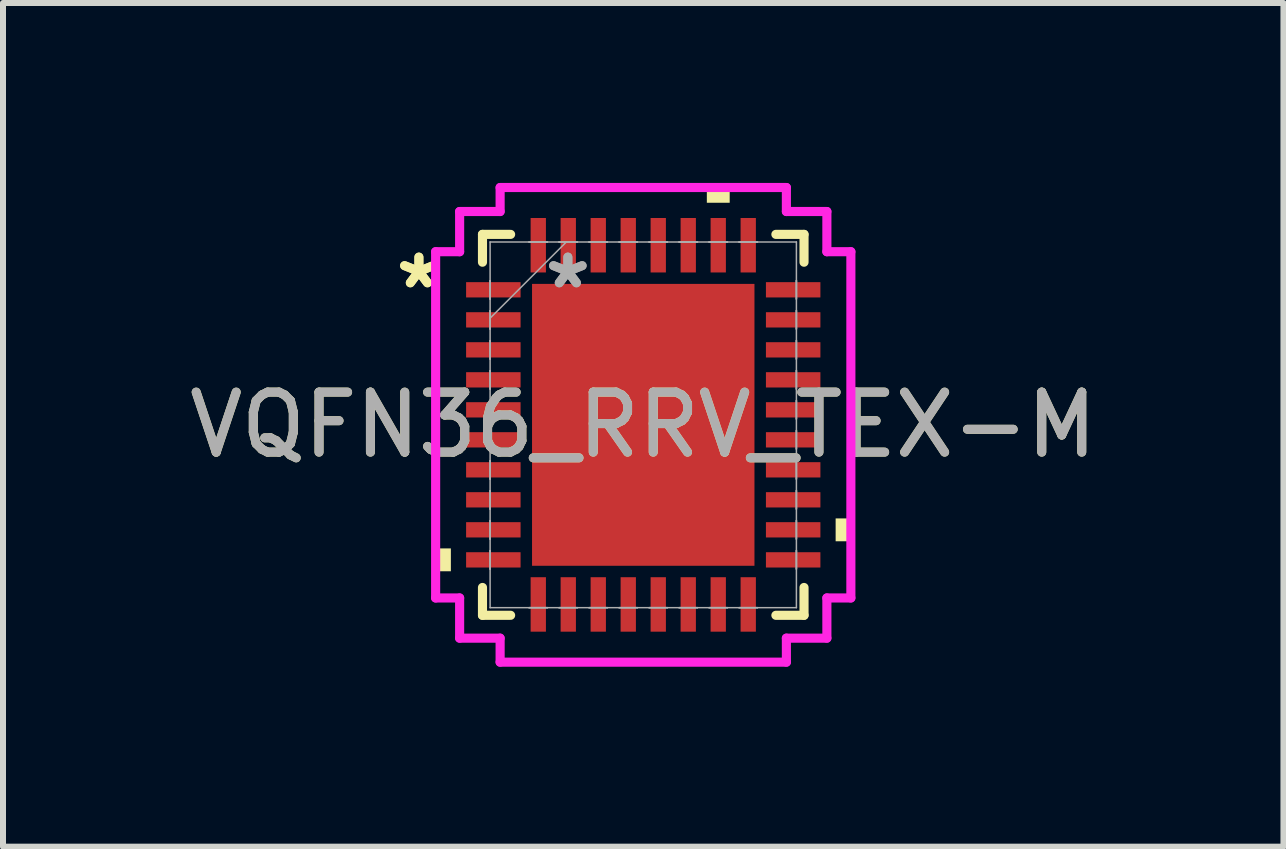
<source format=kicad_pcb>
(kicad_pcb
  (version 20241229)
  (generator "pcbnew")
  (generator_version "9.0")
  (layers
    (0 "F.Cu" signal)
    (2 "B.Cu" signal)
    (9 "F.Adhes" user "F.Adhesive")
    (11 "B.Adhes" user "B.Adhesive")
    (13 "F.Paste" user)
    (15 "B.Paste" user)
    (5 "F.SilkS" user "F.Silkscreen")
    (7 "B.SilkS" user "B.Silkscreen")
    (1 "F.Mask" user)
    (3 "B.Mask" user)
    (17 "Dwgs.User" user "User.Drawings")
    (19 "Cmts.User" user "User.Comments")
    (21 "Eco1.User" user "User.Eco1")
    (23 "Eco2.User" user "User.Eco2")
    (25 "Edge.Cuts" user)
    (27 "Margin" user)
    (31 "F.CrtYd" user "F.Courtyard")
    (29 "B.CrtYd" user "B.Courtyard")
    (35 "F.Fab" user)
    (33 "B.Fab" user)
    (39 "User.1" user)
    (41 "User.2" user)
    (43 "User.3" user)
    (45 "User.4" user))
  (footprint "VQFN36_RRV_TEX-M"
    (layer "F.Cu")
    (at 7.673 4.032)
    (property "Reference" "VQFN36_RRV_TEX-M" (at 0 0 0) (unlocked yes) (layer "F.SilkS") (effects (font (size 1 1) (thickness 0.15))))
    (attr smd)
    (fp_line (start -2.68 -3.175) (end -2.68 -2.711) (stroke (width 0.152) (type solid)) (layer "F.SilkS"))
    (fp_line (start -2.68 2.711) (end -2.68 3.175) (stroke (width 0.152) (type solid)) (layer "F.SilkS"))
    (fp_line (start -2.68 3.175) (end -2.211 3.175) (stroke (width 0.152) (type solid)) (layer "F.SilkS"))
    (fp_line (start -2.211 -3.175) (end -2.68 -3.175) (stroke (width 0.152) (type solid)) (layer "F.SilkS"))
    (fp_line (start 2.211 3.175) (end 2.68 3.175) (stroke (width 0.152) (type solid)) (layer "F.SilkS"))
    (fp_line (start 2.68 -3.175) (end 2.211 -3.175) (stroke (width 0.152) (type solid)) (layer "F.SilkS"))
    (fp_line (start 2.68 -2.711) (end 2.68 -3.175) (stroke (width 0.152) (type solid)) (layer "F.SilkS"))
    (fp_line (start 2.68 3.175) (end 2.68 2.711) (stroke (width 0.152) (type solid)) (layer "F.SilkS"))
    (fp_poly (pts (xy -3.461 2.06) (xy -3.461 2.441) (xy -3.207 2.441) (xy -3.207 2.06)) (stroke (width 0) (type solid)) (fill yes) (layer "F.SilkS"))
    (fp_poly (pts (xy 1.06 -3.702) (xy 1.06 -3.956) (xy 1.441 -3.956) (xy 1.441 -3.702)) (stroke (width 0) (type solid)) (fill yes) (layer "F.SilkS"))
    (fp_poly (pts (xy 3.461 1.56) (xy 3.461 1.941) (xy 3.207 1.941) (xy 3.207 1.56)) (stroke (width 0) (type solid)) (fill yes) (layer "F.SilkS"))
    (fp_line (start -3.461 -2.886) (end -3.061 -2.886) (stroke (width 0.152) (type solid)) (layer "F.CrtYd"))
    (fp_line (start -3.461 2.886) (end -3.461 -2.886) (stroke (width 0.152) (type solid)) (layer "F.CrtYd"))
    (fp_line (start -3.061 -3.556) (end -2.386 -3.556) (stroke (width 0.152) (type solid)) (layer "F.CrtYd"))
    (fp_line (start -3.061 -2.886) (end -3.061 -3.556) (stroke (width 0.152) (type solid)) (layer "F.CrtYd"))
    (fp_line (start -3.061 2.886) (end -3.461 2.886) (stroke (width 0.152) (type solid)) (layer "F.CrtYd"))
    (fp_line (start -3.061 3.556) (end -3.061 2.886) (stroke (width 0.152) (type solid)) (layer "F.CrtYd"))
    (fp_line (start -2.386 -3.956) (end 2.386 -3.956) (stroke (width 0.152) (type solid)) (layer "F.CrtYd"))
    (fp_line (start -2.386 -3.556) (end -2.386 -3.956) (stroke (width 0.152) (type solid)) (layer "F.CrtYd"))
    (fp_line (start -2.386 3.556) (end -3.061 3.556) (stroke (width 0.152) (type solid)) (layer "F.CrtYd"))
    (fp_line (start -2.386 3.956) (end -2.386 3.556) (stroke (width 0.152) (type solid)) (layer "F.CrtYd"))
    (fp_line (start 2.386 -3.956) (end 2.386 -3.556) (stroke (width 0.152) (type solid)) (layer "F.CrtYd"))
    (fp_line (start 2.386 -3.556) (end 3.061 -3.556) (stroke (width 0.152) (type solid)) (layer "F.CrtYd"))
    (fp_line (start 2.386 3.556) (end 2.386 3.956) (stroke (width 0.152) (type solid)) (layer "F.CrtYd"))
    (fp_line (start 2.386 3.956) (end -2.386 3.956) (stroke (width 0.152) (type solid)) (layer "F.CrtYd"))
    (fp_line (start 3.061 -3.556) (end 3.061 -2.886) (stroke (width 0.152) (type solid)) (layer "F.CrtYd"))
    (fp_line (start 3.061 -2.886) (end 3.461 -2.886) (stroke (width 0.152) (type solid)) (layer "F.CrtYd"))
    (fp_line (start 3.061 2.886) (end 3.061 3.556) (stroke (width 0.152) (type solid)) (layer "F.CrtYd"))
    (fp_line (start 3.061 3.556) (end 2.386 3.556) (stroke (width 0.152) (type solid)) (layer "F.CrtYd"))
    (fp_line (start 3.461 -2.886) (end 3.461 2.886) (stroke (width 0.152) (type solid)) (layer "F.CrtYd"))
    (fp_line (start 3.461 2.886) (end 3.061 2.886) (stroke (width 0.152) (type solid)) (layer "F.CrtYd"))
    (fp_line (start -2.553 -3.048) (end -2.553 3.048) (stroke (width 0.025) (type solid)) (layer "F.Fab"))
    (fp_line (start -2.553 -2.403) (end -2.553 -2.403) (stroke (width 0.025) (type solid)) (layer "F.Fab"))
    (fp_line (start -2.553 -2.403) (end -2.553 -2.098) (stroke (width 0.025) (type solid)) (layer "F.Fab"))
    (fp_line (start -2.553 -2.098) (end -2.553 -2.403) (stroke (width 0.025) (type solid)) (layer "F.Fab"))
    (fp_line (start -2.553 -2.098) (end -2.553 -2.098) (stroke (width 0.025) (type solid)) (layer "F.Fab"))
    (fp_line (start -2.553 -1.903) (end -2.553 -1.903) (stroke (width 0.025) (type solid)) (layer "F.Fab"))
    (fp_line (start -2.553 -1.903) (end -2.553 -1.598) (stroke (width 0.025) (type solid)) (layer "F.Fab"))
    (fp_line (start -2.553 -1.778) (end -1.283 -3.048) (stroke (width 0.025) (type solid)) (layer "F.Fab"))
    (fp_line (start -2.553 -1.598) (end -2.553 -1.903) (stroke (width 0.025) (type solid)) (layer "F.Fab"))
    (fp_line (start -2.553 -1.598) (end -2.553 -1.598) (stroke (width 0.025) (type solid)) (layer "F.Fab"))
    (fp_line (start -2.553 -1.403) (end -2.553 -1.403) (stroke (width 0.025) (type solid)) (layer "F.Fab"))
    (fp_line (start -2.553 -1.403) (end -2.553 -1.098) (stroke (width 0.025) (type solid)) (layer "F.Fab"))
    (fp_line (start -2.553 -1.098) (end -2.553 -1.403) (stroke (width 0.025) (type solid)) (layer "F.Fab"))
    (fp_line (start -2.553 -1.098) (end -2.553 -1.098) (stroke (width 0.025) (type solid)) (layer "F.Fab"))
    (fp_line (start -2.553 -0.903) (end -2.553 -0.903) (stroke (width 0.025) (type solid)) (layer "F.Fab"))
    (fp_line (start -2.553 -0.903) (end -2.553 -0.598) (stroke (width 0.025) (type solid)) (layer "F.Fab"))
    (fp_line (start -2.553 -0.598) (end -2.553 -0.903) (stroke (width 0.025) (type solid)) (layer "F.Fab"))
    (fp_line (start -2.553 -0.598) (end -2.553 -0.598) (stroke (width 0.025) (type solid)) (layer "F.Fab"))
    (fp_line (start -2.553 -0.402) (end -2.553 -0.402) (stroke (width 0.025) (type solid)) (layer "F.Fab"))
    (fp_line (start -2.553 -0.402) (end -2.553 -0.098) (stroke (width 0.025) (type solid)) (layer "F.Fab"))
    (fp_line (start -2.553 -0.098) (end -2.553 -0.402) (stroke (width 0.025) (type solid)) (layer "F.Fab"))
    (fp_line (start -2.553 -0.098) (end -2.553 -0.098) (stroke (width 0.025) (type solid)) (layer "F.Fab"))
    (fp_line (start -2.553 0.098) (end -2.553 0.098) (stroke (width 0.025) (type solid)) (layer "F.Fab"))
    (fp_line (start -2.553 0.098) (end -2.553 0.402) (stroke (width 0.025) (type solid)) (layer "F.Fab"))
    (fp_line (start -2.553 0.402) (end -2.553 0.098) (stroke (width 0.025) (type solid)) (layer "F.Fab"))
    (fp_line (start -2.553 0.402) (end -2.553 0.402) (stroke (width 0.025) (type solid)) (layer "F.Fab"))
    (fp_line (start -2.553 0.598) (end -2.553 0.598) (stroke (width 0.025) (type solid)) (layer "F.Fab"))
    (fp_line (start -2.553 0.598) (end -2.553 0.903) (stroke (width 0.025) (type solid)) (layer "F.Fab"))
    (fp_line (start -2.553 0.903) (end -2.553 0.598) (stroke (width 0.025) (type solid)) (layer "F.Fab"))
    (fp_line (start -2.553 0.903) (end -2.553 0.903) (stroke (width 0.025) (type solid)) (layer "F.Fab"))
    (fp_line (start -2.553 1.098) (end -2.553 1.098) (stroke (width 0.025) (type solid)) (layer "F.Fab"))
    (fp_line (start -2.553 1.098) (end -2.553 1.403) (stroke (width 0.025) (type solid)) (layer "F.Fab"))
    (fp_line (start -2.553 1.403) (end -2.553 1.098) (stroke (width 0.025) (type solid)) (layer "F.Fab"))
    (fp_line (start -2.553 1.403) (end -2.553 1.403) (stroke (width 0.025) (type solid)) (layer "F.Fab"))
    (fp_line (start -2.553 1.598) (end -2.553 1.598) (stroke (width 0.025) (type solid)) (layer "F.Fab"))
    (fp_line (start -2.553 1.598) (end -2.553 1.903) (stroke (width 0.025) (type solid)) (layer "F.Fab"))
    (fp_line (start -2.553 1.903) (end -2.553 1.598) (stroke (width 0.025) (type solid)) (layer "F.Fab"))
    (fp_line (start -2.553 1.903) (end -2.553 1.903) (stroke (width 0.025) (type solid)) (layer "F.Fab"))
    (fp_line (start -2.553 2.098) (end -2.553 2.098) (stroke (width 0.025) (type solid)) (layer "F.Fab"))
    (fp_line (start -2.553 2.098) (end -2.553 2.403) (stroke (width 0.025) (type solid)) (layer "F.Fab"))
    (fp_line (start -2.553 2.403) (end -2.553 2.098) (stroke (width 0.025) (type solid)) (layer "F.Fab"))
    (fp_line (start -2.553 2.403) (end -2.553 2.403) (stroke (width 0.025) (type solid)) (layer "F.Fab"))
    (fp_line (start -2.553 3.048) (end 2.553 3.048) (stroke (width 0.025) (type solid)) (layer "F.Fab"))
    (fp_line (start -1.903 -3.048) (end -1.903 -3.048) (stroke (width 0.025) (type solid)) (layer "F.Fab"))
    (fp_line (start -1.903 -3.048) (end -1.598 -3.048) (stroke (width 0.025) (type solid)) (layer "F.Fab"))
    (fp_line (start -1.903 3.048) (end -1.903 3.048) (stroke (width 0.025) (type solid)) (layer "F.Fab"))
    (fp_line (start -1.903 3.048) (end -1.598 3.048) (stroke (width 0.025) (type solid)) (layer "F.Fab"))
    (fp_line (start -1.598 -3.048) (end -1.903 -3.048) (stroke (width 0.025) (type solid)) (layer "F.Fab"))
    (fp_line (start -1.598 -3.048) (end -1.598 -3.048) (stroke (width 0.025) (type solid)) (layer "F.Fab"))
    (fp_line (start -1.598 3.048) (end -1.903 3.048) (stroke (width 0.025) (type solid)) (layer "F.Fab"))
    (fp_line (start -1.598 3.048) (end -1.598 3.048) (stroke (width 0.025) (type solid)) (layer "F.Fab"))
    (fp_line (start -1.403 -3.048) (end -1.403 -3.048) (stroke (width 0.025) (type solid)) (layer "F.Fab"))
    (fp_line (start -1.403 -3.048) (end -1.098 -3.048) (stroke (width 0.025) (type solid)) (layer "F.Fab"))
    (fp_line (start -1.403 3.048) (end -1.403 3.048) (stroke (width 0.025) (type solid)) (layer "F.Fab"))
    (fp_line (start -1.403 3.048) (end -1.098 3.048) (stroke (width 0.025) (type solid)) (layer "F.Fab"))
    (fp_line (start -1.098 -3.048) (end -1.403 -3.048) (stroke (width 0.025) (type solid)) (layer "F.Fab"))
    (fp_line (start -1.098 -3.048) (end -1.098 -3.048) (stroke (width 0.025) (type solid)) (layer "F.Fab"))
    (fp_line (start -1.098 3.048) (end -1.403 3.048) (stroke (width 0.025) (type solid)) (layer "F.Fab"))
    (fp_line (start -1.098 3.048) (end -1.098 3.048) (stroke (width 0.025) (type solid)) (layer "F.Fab"))
    (fp_line (start -0.903 -3.048) (end -0.903 -3.048) (stroke (width 0.025) (type solid)) (layer "F.Fab"))
    (fp_line (start -0.903 -3.048) (end -0.598 -3.048) (stroke (width 0.025) (type solid)) (layer "F.Fab"))
    (fp_line (start -0.903 3.048) (end -0.903 3.048) (stroke (width 0.025) (type solid)) (layer "F.Fab"))
    (fp_line (start -0.903 3.048) (end -0.598 3.048) (stroke (width 0.025) (type solid)) (layer "F.Fab"))
    (fp_line (start -0.598 -3.048) (end -0.903 -3.048) (stroke (width 0.025) (type solid)) (layer "F.Fab"))
    (fp_line (start -0.598 -3.048) (end -0.598 -3.048) (stroke (width 0.025) (type solid)) (layer "F.Fab"))
    (fp_line (start -0.598 3.048) (end -0.903 3.048) (stroke (width 0.025) (type solid)) (layer "F.Fab"))
    (fp_line (start -0.598 3.048) (end -0.598 3.048) (stroke (width 0.025) (type solid)) (layer "F.Fab"))
    (fp_line (start -0.402 -3.048) (end -0.402 -3.048) (stroke (width 0.025) (type solid)) (layer "F.Fab"))
    (fp_line (start -0.402 -3.048) (end -0.098 -3.048) (stroke (width 0.025) (type solid)) (layer "F.Fab"))
    (fp_line (start -0.402 3.048) (end -0.402 3.048) (stroke (width 0.025) (type solid)) (layer "F.Fab"))
    (fp_line (start -0.402 3.048) (end -0.098 3.048) (stroke (width 0.025) (type solid)) (layer "F.Fab"))
    (fp_line (start -0.098 -3.048) (end -0.402 -3.048) (stroke (width 0.025) (type solid)) (layer "F.Fab"))
    (fp_line (start -0.098 -3.048) (end -0.098 -3.048) (stroke (width 0.025) (type solid)) (layer "F.Fab"))
    (fp_line (start -0.098 3.048) (end -0.402 3.048) (stroke (width 0.025) (type solid)) (layer "F.Fab"))
    (fp_line (start -0.098 3.048) (end -0.098 3.048) (stroke (width 0.025) (type solid)) (layer "F.Fab"))
    (fp_line (start 0.098 -3.048) (end 0.098 -3.048) (stroke (width 0.025) (type solid)) (layer "F.Fab"))
    (fp_line (start 0.098 -3.048) (end 0.402 -3.048) (stroke (width 0.025) (type solid)) (layer "F.Fab"))
    (fp_line (start 0.098 3.048) (end 0.098 3.048) (stroke (width 0.025) (type solid)) (layer "F.Fab"))
    (fp_line (start 0.098 3.048) (end 0.402 3.048) (stroke (width 0.025) (type solid)) (layer "F.Fab"))
    (fp_line (start 0.402 -3.048) (end 0.098 -3.048) (stroke (width 0.025) (type solid)) (layer "F.Fab"))
    (fp_line (start 0.402 -3.048) (end 0.402 -3.048) (stroke (width 0.025) (type solid)) (layer "F.Fab"))
    (fp_line (start 0.402 3.048) (end 0.098 3.048) (stroke (width 0.025) (type solid)) (layer "F.Fab"))
    (fp_line (start 0.402 3.048) (end 0.402 3.048) (stroke (width 0.025) (type solid)) (layer "F.Fab"))
    (fp_line (start 0.598 -3.048) (end 0.598 -3.048) (stroke (width 0.025) (type solid)) (layer "F.Fab"))
    (fp_line (start 0.598 -3.048) (end 0.903 -3.048) (stroke (width 0.025) (type solid)) (layer "F.Fab"))
    (fp_line (start 0.598 3.048) (end 0.598 3.048) (stroke (width 0.025) (type solid)) (layer "F.Fab"))
    (fp_line (start 0.598 3.048) (end 0.903 3.048) (stroke (width 0.025) (type solid)) (layer "F.Fab"))
    (fp_line (start 0.903 -3.048) (end 0.598 -3.048) (stroke (width 0.025) (type solid)) (layer "F.Fab"))
    (fp_line (start 0.903 -3.048) (end 0.903 -3.048) (stroke (width 0.025) (type solid)) (layer "F.Fab"))
    (fp_line (start 0.903 3.048) (end 0.598 3.048) (stroke (width 0.025) (type solid)) (layer "F.Fab"))
    (fp_line (start 0.903 3.048) (end 0.903 3.048) (stroke (width 0.025) (type solid)) (layer "F.Fab"))
    (fp_line (start 1.098 -3.048) (end 1.098 -3.048) (stroke (width 0.025) (type solid)) (layer "F.Fab"))
    (fp_line (start 1.098 -3.048) (end 1.403 -3.048) (stroke (width 0.025) (type solid)) (layer "F.Fab"))
    (fp_line (start 1.098 3.048) (end 1.098 3.048) (stroke (width 0.025) (type solid)) (layer "F.Fab"))
    (fp_line (start 1.098 3.048) (end 1.403 3.048) (stroke (width 0.025) (type solid)) (layer "F.Fab"))
    (fp_line (start 1.403 -3.048) (end 1.098 -3.048) (stroke (width 0.025) (type solid)) (layer "F.Fab"))
    (fp_line (start 1.403 -3.048) (end 1.403 -3.048) (stroke (width 0.025) (type solid)) (layer "F.Fab"))
    (fp_line (start 1.403 3.048) (end 1.098 3.048) (stroke (width 0.025) (type solid)) (layer "F.Fab"))
    (fp_line (start 1.403 3.048) (end 1.403 3.048) (stroke (width 0.025) (type solid)) (layer "F.Fab"))
    (fp_line (start 1.598 -3.048) (end 1.598 -3.048) (stroke (width 0.025) (type solid)) (layer "F.Fab"))
    (fp_line (start 1.598 -3.048) (end 1.903 -3.048) (stroke (width 0.025) (type solid)) (layer "F.Fab"))
    (fp_line (start 1.598 3.048) (end 1.598 3.048) (stroke (width 0.025) (type solid)) (layer "F.Fab"))
    (fp_line (start 1.598 3.048) (end 1.903 3.048) (stroke (width 0.025) (type solid)) (layer "F.Fab"))
    (fp_line (start 1.903 -3.048) (end 1.598 -3.048) (stroke (width 0.025) (type solid)) (layer "F.Fab"))
    (fp_line (start 1.903 -3.048) (end 1.903 -3.048) (stroke (width 0.025) (type solid)) (layer "F.Fab"))
    (fp_line (start 1.903 3.048) (end 1.598 3.048) (stroke (width 0.025) (type solid)) (layer "F.Fab"))
    (fp_line (start 1.903 3.048) (end 1.903 3.048) (stroke (width 0.025) (type solid)) (layer "F.Fab"))
    (fp_line (start 2.553 -3.048) (end -2.553 -3.048) (stroke (width 0.025) (type solid)) (layer "F.Fab"))
    (fp_line (start 2.553 -2.403) (end 2.553 -2.403) (stroke (width 0.025) (type solid)) (layer "F.Fab"))
    (fp_line (start 2.553 -2.403) (end 2.553 -2.098) (stroke (width 0.025) (type solid)) (layer "F.Fab"))
    (fp_line (start 2.553 -2.098) (end 2.553 -2.403) (stroke (width 0.025) (type solid)) (layer "F.Fab"))
    (fp_line (start 2.553 -2.098) (end 2.553 -2.098) (stroke (width 0.025) (type solid)) (layer "F.Fab"))
    (fp_line (start 2.553 -1.903) (end 2.553 -1.903) (stroke (width 0.025) (type solid)) (layer "F.Fab"))
    (fp_line (start 2.553 -1.903) (end 2.553 -1.598) (stroke (width 0.025) (type solid)) (layer "F.Fab"))
    (fp_line (start 2.553 -1.598) (end 2.553 -1.903) (stroke (width 0.025) (type solid)) (layer "F.Fab"))
    (fp_line (start 2.553 -1.598) (end 2.553 -1.598) (stroke (width 0.025) (type solid)) (layer "F.Fab"))
    (fp_line (start 2.553 -1.403) (end 2.553 -1.403) (stroke (width 0.025) (type solid)) (layer "F.Fab"))
    (fp_line (start 2.553 -1.403) (end 2.553 -1.098) (stroke (width 0.025) (type solid)) (layer "F.Fab"))
    (fp_line (start 2.553 -1.098) (end 2.553 -1.403) (stroke (width 0.025) (type solid)) (layer "F.Fab"))
    (fp_line (start 2.553 -1.098) (end 2.553 -1.098) (stroke (width 0.025) (type solid)) (layer "F.Fab"))
    (fp_line (start 2.553 -0.903) (end 2.553 -0.903) (stroke (width 0.025) (type solid)) (layer "F.Fab"))
    (fp_line (start 2.553 -0.903) (end 2.553 -0.598) (stroke (width 0.025) (type solid)) (layer "F.Fab"))
    (fp_line (start 2.553 -0.598) (end 2.553 -0.903) (stroke (width 0.025) (type solid)) (layer "F.Fab"))
    (fp_line (start 2.553 -0.598) (end 2.553 -0.598) (stroke (width 0.025) (type solid)) (layer "F.Fab"))
    (fp_line (start 2.553 -0.402) (end 2.553 -0.402) (stroke (width 0.025) (type solid)) (layer "F.Fab"))
    (fp_line (start 2.553 -0.402) (end 2.553 -0.098) (stroke (width 0.025) (type solid)) (layer "F.Fab"))
    (fp_line (start 2.553 -0.098) (end 2.553 -0.402) (stroke (width 0.025) (type solid)) (layer "F.Fab"))
    (fp_line (start 2.553 -0.098) (end 2.553 -0.098) (stroke (width 0.025) (type solid)) (layer "F.Fab"))
    (fp_line (start 2.553 0.098) (end 2.553 0.098) (stroke (width 0.025) (type solid)) (layer "F.Fab"))
    (fp_line (start 2.553 0.098) (end 2.553 0.402) (stroke (width 0.025) (type solid)) (layer "F.Fab"))
    (fp_line (start 2.553 0.402) (end 2.553 0.098) (stroke (width 0.025) (type solid)) (layer "F.Fab"))
    (fp_line (start 2.553 0.402) (end 2.553 0.402) (stroke (width 0.025) (type solid)) (layer "F.Fab"))
    (fp_line (start 2.553 0.598) (end 2.553 0.598) (stroke (width 0.025) (type solid)) (layer "F.Fab"))
    (fp_line (start 2.553 0.598) (end 2.553 0.903) (stroke (width 0.025) (type solid)) (layer "F.Fab"))
    (fp_line (start 2.553 0.903) (end 2.553 0.598) (stroke (width 0.025) (type solid)) (layer "F.Fab"))
    (fp_line (start 2.553 0.903) (end 2.553 0.903) (stroke (width 0.025) (type solid)) (layer "F.Fab"))
    (fp_line (start 2.553 1.098) (end 2.553 1.098) (stroke (width 0.025) (type solid)) (layer "F.Fab"))
    (fp_line (start 2.553 1.098) (end 2.553 1.403) (stroke (width 0.025) (type solid)) (layer "F.Fab"))
    (fp_line (start 2.553 1.403) (end 2.553 1.098) (stroke (width 0.025) (type solid)) (layer "F.Fab"))
    (fp_line (start 2.553 1.403) (end 2.553 1.403) (stroke (width 0.025) (type solid)) (layer "F.Fab"))
    (fp_line (start 2.553 1.598) (end 2.553 1.598) (stroke (width 0.025) (type solid)) (layer "F.Fab"))
    (fp_line (start 2.553 1.598) (end 2.553 1.903) (stroke (width 0.025) (type solid)) (layer "F.Fab"))
    (fp_line (start 2.553 1.903) (end 2.553 1.598) (stroke (width 0.025) (type solid)) (layer "F.Fab"))
    (fp_line (start 2.553 1.903) (end 2.553 1.903) (stroke (width 0.025) (type solid)) (layer "F.Fab"))
    (fp_line (start 2.553 2.098) (end 2.553 2.098) (stroke (width 0.025) (type solid)) (layer "F.Fab"))
    (fp_line (start 2.553 2.098) (end 2.553 2.403) (stroke (width 0.025) (type solid)) (layer "F.Fab"))
    (fp_line (start 2.553 2.403) (end 2.553 2.098) (stroke (width 0.025) (type solid)) (layer "F.Fab"))
    (fp_line (start 2.553 2.403) (end 2.553 2.403) (stroke (width 0.025) (type solid)) (layer "F.Fab"))
    (fp_line (start 2.553 3.048) (end 2.553 -3.048) (stroke (width 0.025) (type solid)) (layer "F.Fab"))
    (fp_text user "*" (at -3.74 -2.251 0) (unlocked yes) (layer "F.SilkS") (effects (font (size 1 1) (thickness 0.15))))
    (fp_text user "*" (at -3.74 -2.251 0) (layer "F.SilkS") (effects (font (size 1 1) (thickness 0.15))))
    (fp_text user "${REFERENCE}" (at 0 0 0) (unlocked yes) (layer "F.Fab") (effects (font (size 1 1) (thickness 0.15))))
    (fp_text user "*" (at -1.257 -2.251 0) (layer "F.Fab") (effects (font (size 1 1) (thickness 0.15))))
    (fp_text user "*" (at -1.257 -2.251 0) (unlocked yes) (layer "F.Fab") (effects (font (size 1 1) (thickness 0.15))))
    (pad "1" smd rect (at -2.499 -2.251 90) (size 0.255 0.908) (layers "F.Cu" "F.Mask" "F.Paste"))
    (pad "2" smd rect (at -2.499 -1.75 90) (size 0.255 0.908) (layers "F.Cu" "F.Mask" "F.Paste"))
    (pad "3" smd rect (at -2.499 -1.25 90) (size 0.255 0.908) (layers "F.Cu" "F.Mask" "F.Paste"))
    (pad "4" smd rect (at -2.499 -0.75 90) (size 0.255 0.908) (layers "F.Cu" "F.Mask" "F.Paste"))
    (pad "5" smd rect (at -2.499 -0.25 90) (size 0.255 0.908) (layers "F.Cu" "F.Mask" "F.Paste"))
    (pad "6" smd rect (at -2.499 0.25 90) (size 0.255 0.908) (layers "F.Cu" "F.Mask" "F.Paste"))
    (pad "7" smd rect (at -2.499 0.75 90) (size 0.255 0.908) (layers "F.Cu" "F.Mask" "F.Paste"))
    (pad "8" smd rect (at -2.499 1.25 90) (size 0.255 0.908) (layers "F.Cu" "F.Mask" "F.Paste"))
    (pad "9" smd rect (at -2.499 1.75 90) (size 0.255 0.908) (layers "F.Cu" "F.Mask" "F.Paste"))
    (pad "10" smd rect (at -2.499 2.251 90) (size 0.255 0.908) (layers "F.Cu" "F.Mask" "F.Paste"))
    (pad "11" smd rect (at -1.75 2.994) (size 0.255 0.908) (layers "F.Cu" "F.Mask" "F.Paste"))
    (pad "12" smd rect (at -1.25 2.994) (size 0.255 0.908) (layers "F.Cu" "F.Mask" "F.Paste"))
    (pad "13" smd rect (at -0.75 2.994) (size 0.255 0.908) (layers "F.Cu" "F.Mask" "F.Paste"))
    (pad "14" smd rect (at -0.25 2.994) (size 0.255 0.908) (layers "F.Cu" "F.Mask" "F.Paste"))
    (pad "15" smd rect (at 0.25 2.994) (size 0.255 0.908) (layers "F.Cu" "F.Mask" "F.Paste"))
    (pad "16" smd rect (at 0.75 2.994) (size 0.255 0.908) (layers "F.Cu" "F.Mask" "F.Paste"))
    (pad "17" smd rect (at 1.25 2.994) (size 0.255 0.908) (layers "F.Cu" "F.Mask" "F.Paste"))
    (pad "18" smd rect (at 1.75 2.994) (size 0.255 0.908) (layers "F.Cu" "F.Mask" "F.Paste"))
    (pad "19" smd rect (at 2.499 2.251 90) (size 0.255 0.908) (layers "F.Cu" "F.Mask" "F.Paste"))
    (pad "20" smd rect (at 2.499 1.75 90) (size 0.255 0.908) (layers "F.Cu" "F.Mask" "F.Paste"))
    (pad "21" smd rect (at 2.499 1.25 90) (size 0.255 0.908) (layers "F.Cu" "F.Mask" "F.Paste"))
    (pad "22" smd rect (at 2.499 0.75 90) (size 0.255 0.908) (layers "F.Cu" "F.Mask" "F.Paste"))
    (pad "23" smd rect (at 2.499 0.25 90) (size 0.255 0.908) (layers "F.Cu" "F.Mask" "F.Paste"))
    (pad "24" smd rect (at 2.499 -0.25 90) (size 0.255 0.908) (layers "F.Cu" "F.Mask" "F.Paste"))
    (pad "25" smd rect (at 2.499 -0.75 90) (size 0.255 0.908) (layers "F.Cu" "F.Mask" "F.Paste"))
    (pad "26" smd rect (at 2.499 -1.25 90) (size 0.255 0.908) (layers "F.Cu" "F.Mask" "F.Paste"))
    (pad "27" smd rect (at 2.499 -1.75 90) (size 0.255 0.908) (layers "F.Cu" "F.Mask" "F.Paste"))
    (pad "28" smd rect (at 2.499 -2.251 90) (size 0.255 0.908) (layers "F.Cu" "F.Mask" "F.Paste"))
    (pad "29" smd rect (at 1.75 -2.994) (size 0.255 0.908) (layers "F.Cu" "F.Mask" "F.Paste"))
    (pad "30" smd rect (at 1.25 -2.994) (size 0.255 0.908) (layers "F.Cu" "F.Mask" "F.Paste"))
    (pad "31" smd rect (at 0.75 -2.994) (size 0.255 0.908) (layers "F.Cu" "F.Mask" "F.Paste"))
    (pad "32" smd rect (at 0.25 -2.994) (size 0.255 0.908) (layers "F.Cu" "F.Mask" "F.Paste"))
    (pad "33" smd rect (at -0.25 -2.994) (size 0.255 0.908) (layers "F.Cu" "F.Mask" "F.Paste"))
    (pad "34" smd rect (at -0.75 -2.994) (size 0.255 0.908) (layers "F.Cu" "F.Mask" "F.Paste"))
    (pad "35" smd rect (at -1.25 -2.994) (size 0.255 0.908) (layers "F.Cu" "F.Mask" "F.Paste"))
    (pad "36" smd rect (at -1.75 -2.994) (size 0.255 0.908) (layers "F.Cu" "F.Mask" "F.Paste"))
    (pad "37" smd rect (at 0 0) (size 3.708 4.699) (layers "F.Cu" "F.Mask" "F.Paste")))
  (gr_rect
    (start -3 -3)
    (end 18.345 11.064)
    (stroke (width 0.1) (type default))
    (fill no)
    (layer "Edge.Cuts")))
</source>
